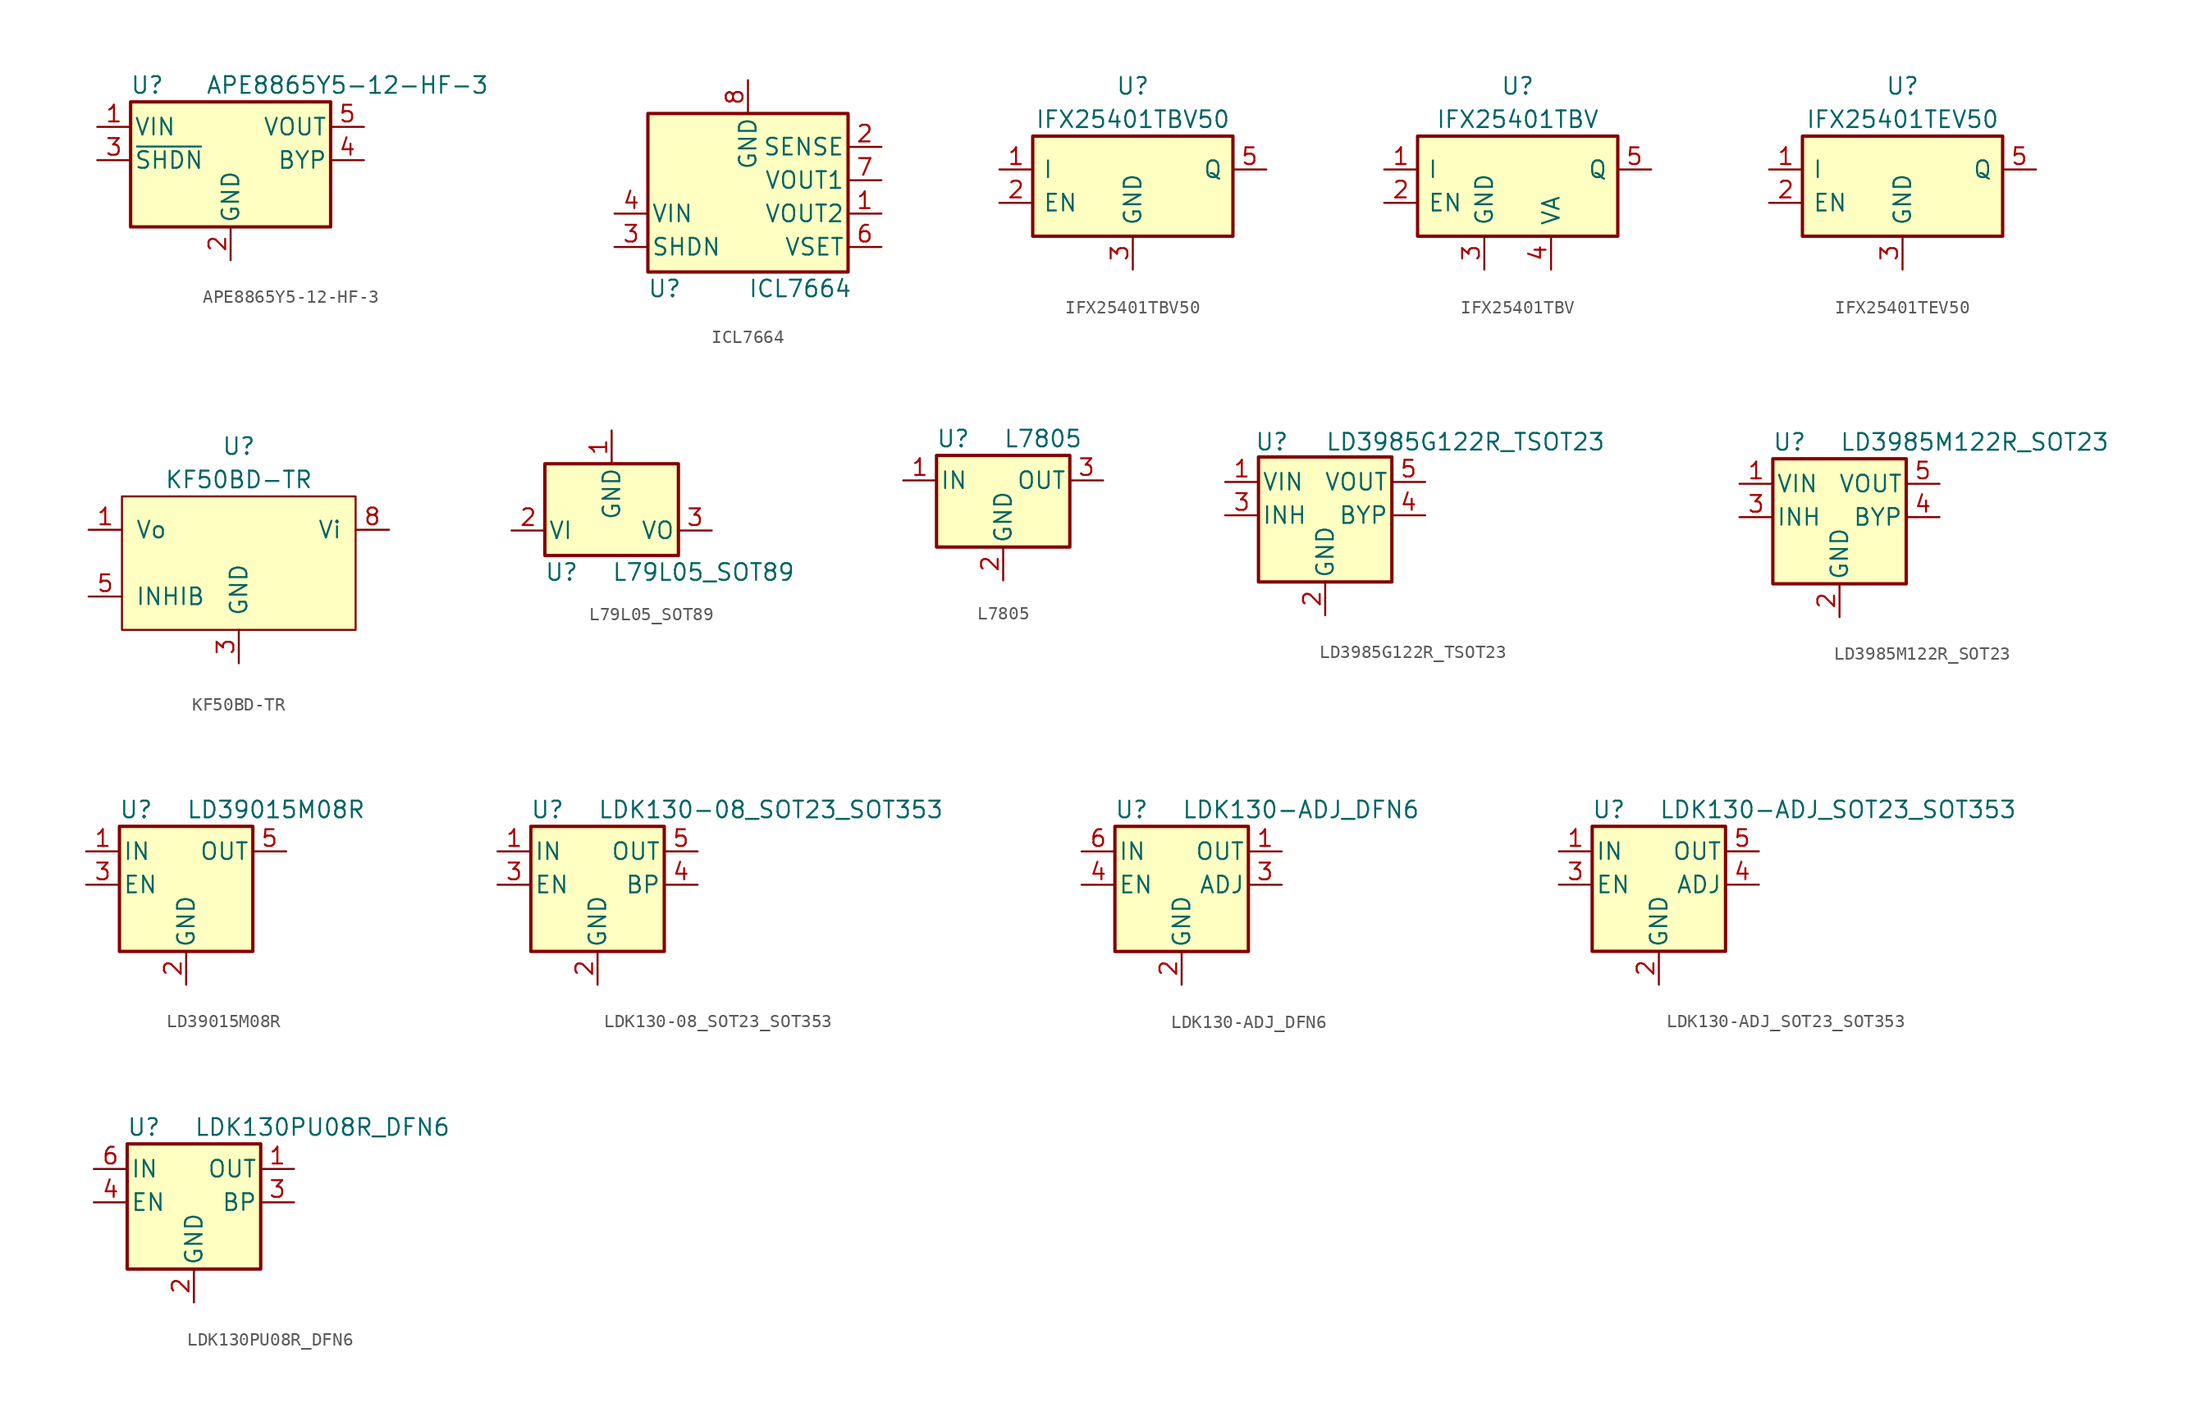
<source format=kicad_sym>
(kicad_symbol_lib
  (version 20201005)
  (generator kicad_symbol_editor)
  (symbol "APE8865Y5-12-HF-3"
    (pin_names
      (offset 0.254))
    (property "Reference" "U"
      (at -6.35 5.715 0)
      (effects (font (size 1.27 1.27))))
    (property "Value" "APE8865Y5-12-HF-3"
      (at -1.905 5.715 0)
      (effects (font (size 1.27 1.27)) (justify left)))
    (symbol "APE8865Y5-12-HF-3_0_1"
      (rectangle (start -7.62 4.445) (end 7.62 -5.08) (stroke (width 0.254)) (fill (type background))))
    (symbol "APE8865Y5-12-HF-3_1_1"
      (pin power_in line (at -10.16 2.54 0) (length 2.54) (name "VIN" (effects (font (size 1.27 1.27)))) (number "1" (effects (font (size 1.27 1.27)))))
      (pin power_in line (at 0 -7.62 90) (length 2.54) (name "GND" (effects (font (size 1.27 1.27)))) (number "2" (effects (font (size 1.27 1.27)))))
      (pin input line (at -10.16 0 0) (length 2.54) (name "~SHDN~" (effects (font (size 1.27 1.27)))) (number "3" (effects (font (size 1.27 1.27)))))
      (pin input line (at 10.16 0 180) (length 2.54) (name "BYP" (effects (font (size 1.27 1.27)))) (number "4" (effects (font (size 1.27 1.27)))))
      (pin power_out line (at 10.16 2.54 180) (length 2.54) (name "VOUT" (effects (font (size 1.27 1.27)))) (number "5" (effects (font (size 1.27 1.27)))))))
  (symbol "ICL7664"
    (pin_names
      (offset 0.254))
    (property "Reference" "U"
      (at -6.35 -8.255 0)
      (effects (font (size 1.27 1.27))))
    (property "Value" "ICL7664"
      (at 0 -8.255 0)
      (effects (font (size 1.27 1.27)) (justify left)))
    (symbol "ICL7664_0_1"
      (rectangle (start -7.62 -6.985) (end 7.62 5.08) (stroke (width 0.254)) (fill (type background))))
    (symbol "ICL7664_1_1"
      (pin power_out line (at 10.16 -2.54 180) (length 2.54) (name "VOUT2" (effects (font (size 1.27 1.27)))) (number "1" (effects (font (size 1.27 1.27)))))
      (pin input line (at 10.16 2.54 180) (length 2.54) (name "SENSE" (effects (font (size 1.27 1.27)))) (number "2" (effects (font (size 1.27 1.27)))))
      (pin input line (at -10.16 -5.08 0) (length 2.54) (name "SHDN" (effects (font (size 1.27 1.27)))) (number "3" (effects (font (size 1.27 1.27)))))
      (pin power_in line (at -10.16 -2.54 0) (length 2.54) (name "VIN" (effects (font (size 1.27 1.27)))) (number "4" (effects (font (size 1.27 1.27)))))
      (pin input line (at -10.16 -5.08 0) (length 2.54) hide (name "SHDN" (effects (font (size 1.27 1.27)))) (number "5" (effects (font (size 1.27 1.27)))))
      (pin input line (at 10.16 -5.08 180) (length 2.54) (name "VSET" (effects (font (size 1.27 1.27)))) (number "6" (effects (font (size 1.27 1.27)))))
      (pin power_out line (at 10.16 0 180) (length 2.54) (name "VOUT1" (effects (font (size 1.27 1.27)))) (number "7" (effects (font (size 1.27 1.27)))))
      (pin power_in line (at 0 7.62 270) (length 2.54) (name "GND" (effects (font (size 1.27 1.27)))) (number "8" (effects (font (size 1.27 1.27)))))))
  (symbol "IFX25401TBV50"
    (pin_names
      (offset 0.762))
    (property "Reference" "U"
      (at 0 6.35 0)
      (effects (font (size 1.27 1.27))))
    (property "Value" "IFX25401TBV50"
      (at 0 3.81 0)
      (effects (font (size 1.27 1.27))))
    (symbol "IFX25401TBV50_0_1"
      (rectangle (start -7.62 2.54) (end 7.62 -5.08) (stroke (width 0.254)) (fill (type background))))
    (symbol "IFX25401TBV50_1_1"
      (pin power_in line (at -10.16 0 0) (length 2.54) (name "I" (effects (font (size 1.27 1.27)))) (number "1" (effects (font (size 1.27 1.27)))))
      (pin input line (at -10.16 -2.54 0) (length 2.54) (name "EN" (effects (font (size 1.27 1.27)))) (number "2" (effects (font (size 1.27 1.27)))))
      (pin power_in line (at 0 -7.62 90) (length 2.54) (name "GND" (effects (font (size 1.27 1.27)))) (number "3" (effects (font (size 1.27 1.27)))))
      (pin no_connect line (at 10.16 -2.54 180) (length 2.54) hide (name "NC" (effects (font (size 1.27 1.27)))) (number "4" (effects (font (size 1.27 1.27)))))
      (pin power_out line (at 10.16 0 180) (length 2.54) (name "Q" (effects (font (size 1.27 1.27)))) (number "5" (effects (font (size 1.27 1.27)))))))
  (symbol "IFX25401TBV"
    (pin_names
      (offset 0.762))
    (property "Reference" "U"
      (at 0 6.35 0)
      (effects (font (size 1.27 1.27))))
    (property "Value" "IFX25401TBV"
      (at 0 3.81 0)
      (effects (font (size 1.27 1.27))))
    (symbol "IFX25401TBV_0_1"
      (rectangle (start -7.62 2.54) (end 7.62 -5.08) (stroke (width 0.254)) (fill (type background))))
    (symbol "IFX25401TBV_1_1"
      (pin power_in line (at -10.16 0 0) (length 2.54) (name "I" (effects (font (size 1.27 1.27)))) (number "1" (effects (font (size 1.27 1.27)))))
      (pin input line (at -10.16 -2.54 0) (length 2.54) (name "EN" (effects (font (size 1.27 1.27)))) (number "2" (effects (font (size 1.27 1.27)))))
      (pin power_in line (at -2.54 -7.62 90) (length 2.54) (name "GND" (effects (font (size 1.27 1.27)))) (number "3" (effects (font (size 1.27 1.27)))))
      (pin input line (at 2.54 -7.62 90) (length 2.54) (name "VA" (effects (font (size 1.27 1.27)))) (number "4" (effects (font (size 1.27 1.27)))))
      (pin power_out line (at 10.16 0 180) (length 2.54) (name "Q" (effects (font (size 1.27 1.27)))) (number "5" (effects (font (size 1.27 1.27)))))))
  (symbol "IFX25401TEV50"
    (pin_names
      (offset 0.762))
    (property "Reference" "U"
      (at 0 6.35 0)
      (effects (font (size 1.27 1.27))))
    (property "Value" "IFX25401TEV50"
      (at 0 3.81 0)
      (effects (font (size 1.27 1.27))))
    (symbol "IFX25401TEV50_0_1"
      (rectangle (start -7.62 2.54) (end 7.62 -5.08) (stroke (width 0.254)) (fill (type background))))
    (symbol "IFX25401TEV50_1_1"
      (pin power_in line (at -10.16 0 0) (length 2.54) (name "I" (effects (font (size 1.27 1.27)))) (number "1" (effects (font (size 1.27 1.27)))))
      (pin input line (at -10.16 -2.54 0) (length 2.54) (name "EN" (effects (font (size 1.27 1.27)))) (number "2" (effects (font (size 1.27 1.27)))))
      (pin power_in line (at 0 -7.62 90) (length 2.54) (name "GND" (effects (font (size 1.27 1.27)))) (number "3" (effects (font (size 1.27 1.27)))))
      (pin no_connect line (at 10.16 -2.54 180) (length 2.54) hide (name "NC" (effects (font (size 1.27 1.27)))) (number "4" (effects (font (size 1.27 1.27)))))
      (pin power_out line (at 10.16 0 180) (length 2.54) (name "Q" (effects (font (size 1.27 1.27)))) (number "5" (effects (font (size 1.27 1.27)))))))
  (symbol "KF50BD-TR"
    (pin_names
      (offset 1.016))
    (property "Reference" "U"
      (at 0 6.35 0)
      (effects (font (size 1.27 1.27))))
    (property "Value" "KF50BD-TR"
      (at 0 3.81 0)
      (effects (font (size 1.27 1.27))))
    (symbol "KF50BD-TR_0_1"
      (rectangle (start -8.89 2.54) (end 8.89 -7.62) (stroke (width 0)) (fill (type background))))
    (symbol "KF50BD-TR_1_1"
      (pin power_in line (at -11.43 0 0) (length 2.54) (name "Vo" (effects (font (size 1.27 1.27)))) (number "1" (effects (font (size 1.27 1.27)))))
      (pin power_in line (at 0 -10.16 90) (length 2.54) hide (name "GND" (effects (font (size 1.27 1.27)))) (number "2" (effects (font (size 1.27 1.27)))))
      (pin power_in line (at 0 -10.16 90) (length 2.54) (name "GND" (effects (font (size 1.27 1.27)))) (number "3" (effects (font (size 1.27 1.27)))))
      (pin no_connect line (at 0 -10.16 90) (length 2.54) hide (name "NC" (effects (font (size 1.27 1.27)))) (number "4" (effects (font (size 1.27 1.27)))))
      (pin power_in line (at -11.43 -5.08 0) (length 2.54) (name "INHIB" (effects (font (size 1.27 1.27)))) (number "5" (effects (font (size 1.27 1.27)))))
      (pin power_in line (at 0 -10.16 90) (length 2.54) hide (name "GND" (effects (font (size 1.27 1.27)))) (number "6" (effects (font (size 1.27 1.27)))))
      (pin power_in line (at 0 -10.16 90) (length 2.54) hide (name "GND" (effects (font (size 1.27 1.27)))) (number "7" (effects (font (size 1.27 1.27)))))
      (pin power_in line (at 11.43 0 180) (length 2.54) (name "Vi" (effects (font (size 1.27 1.27)))) (number "8" (effects (font (size 1.27 1.27)))))))
  (symbol "L79L05_SOT89"
    (pin_names
      (offset 0.254))
    (property "Reference" "U"
      (at -3.81 -3.175 0)
      (effects (font (size 1.27 1.27))))
    (property "Value" "L79L05_SOT89"
      (at 0 -3.175 0)
      (effects (font (size 1.27 1.27)) (justify left)))
    (symbol "L79L05_SOT89_0_1"
      (rectangle (start -5.08 5.08) (end 5.08 -1.905) (stroke (width 0.254)) (fill (type background))))
    (symbol "L79L05_SOT89_1_1"
      (pin power_in line (at 0 7.62 270) (length 2.54) (name "GND" (effects (font (size 1.27 1.27)))) (number "1" (effects (font (size 1.27 1.27)))))
      (pin power_in line (at -7.62 0 0) (length 2.54) (name "VI" (effects (font (size 1.27 1.27)))) (number "2" (effects (font (size 1.27 1.27)))))
      (pin power_out line (at 7.62 0 180) (length 2.54) (name "VO" (effects (font (size 1.27 1.27)))) (number "3" (effects (font (size 1.27 1.27)))))))
  (symbol "L7805"
    (pin_names
      (offset 0.254))
    (property "Reference" "U"
      (at -3.81 3.175 0)
      (effects (font (size 1.27 1.27))))
    (property "Value" "L7805"
      (at 0 3.175 0)
      (effects (font (size 1.27 1.27)) (justify left)))
    (symbol "L7805_0_1"
      (rectangle (start -5.08 1.905) (end 5.08 -5.08) (stroke (width 0.254)) (fill (type background))))
    (symbol "L7805_1_1"
      (pin power_in line (at -7.62 0 0) (length 2.54) (name "IN" (effects (font (size 1.27 1.27)))) (number "1" (effects (font (size 1.27 1.27)))))
      (pin power_in line (at 0 -7.62 90) (length 2.54) (name "GND" (effects (font (size 1.27 1.27)))) (number "2" (effects (font (size 1.27 1.27)))))
      (pin power_out line (at 7.62 0 180) (length 2.54) (name "OUT" (effects (font (size 1.27 1.27)))) (number "3" (effects (font (size 1.27 1.27)))))))
  (symbol "LD3985G122R_TSOT23"
    (pin_names
      (offset 0.254))
    (property "Reference" "U"
      (at -4.064 5.588 0)
      (effects (font (size 1.27 1.27))))
    (property "Value" "LD3985G122R_TSOT23"
      (at 0 5.588 0)
      (effects (font (size 1.27 1.27)) (justify left)))
    (symbol "LD3985G122R_TSOT23_0_1"
      (rectangle (start -5.08 4.445) (end 5.08 -5.08) (stroke (width 0.254)) (fill (type background))))
    (symbol "LD3985G122R_TSOT23_1_1"
      (pin power_in line (at -7.62 2.54 0) (length 2.54) (name "VIN" (effects (font (size 1.27 1.27)))) (number "1" (effects (font (size 1.27 1.27)))))
      (pin power_in line (at 0 -7.62 90) (length 2.54) (name "GND" (effects (font (size 1.27 1.27)))) (number "2" (effects (font (size 1.27 1.27)))))
      (pin input line (at -7.62 0 0) (length 2.54) (name "INH" (effects (font (size 1.27 1.27)))) (number "3" (effects (font (size 1.27 1.27)))))
      (pin input line (at 7.62 0 180) (length 2.54) (name "BYP" (effects (font (size 1.27 1.27)))) (number "4" (effects (font (size 1.27 1.27)))))
      (pin power_out line (at 7.62 2.54 180) (length 2.54) (name "VOUT" (effects (font (size 1.27 1.27)))) (number "5" (effects (font (size 1.27 1.27)))))))
  (symbol "LD3985M122R_SOT23"
    (pin_names
      (offset 0.254))
    (property "Reference" "U"
      (at -3.81 5.715 0)
      (effects (font (size 1.27 1.27))))
    (property "Value" "LD3985M122R_SOT23"
      (at 0 5.715 0)
      (effects (font (size 1.27 1.27)) (justify left)))
    (symbol "LD3985M122R_SOT23_0_1"
      (rectangle (start -5.08 4.445) (end 5.08 -5.08) (stroke (width 0.254)) (fill (type background))))
    (symbol "LD3985M122R_SOT23_1_1"
      (pin power_in line (at -7.62 2.54 0) (length 2.54) (name "VIN" (effects (font (size 1.27 1.27)))) (number "1" (effects (font (size 1.27 1.27)))))
      (pin power_in line (at 0 -7.62 90) (length 2.54) (name "GND" (effects (font (size 1.27 1.27)))) (number "2" (effects (font (size 1.27 1.27)))))
      (pin input line (at -7.62 0 0) (length 2.54) (name "INH" (effects (font (size 1.27 1.27)))) (number "3" (effects (font (size 1.27 1.27)))))
      (pin input line (at 7.62 0 180) (length 2.54) (name "BYP" (effects (font (size 1.27 1.27)))) (number "4" (effects (font (size 1.27 1.27)))))
      (pin power_out line (at 7.62 2.54 180) (length 2.54) (name "VOUT" (effects (font (size 1.27 1.27)))) (number "5" (effects (font (size 1.27 1.27)))))))
  (symbol "LD39015M08R"
    (pin_names
      (offset 0.254))
    (property "Reference" "U"
      (at -3.81 5.715 0)
      (effects (font (size 1.27 1.27))))
    (property "Value" "LD39015M08R"
      (at 0 5.715 0)
      (effects (font (size 1.27 1.27)) (justify left)))
    (symbol "LD39015M08R_0_1"
      (rectangle (start -5.08 4.445) (end 5.08 -5.08) (stroke (width 0.254)) (fill (type background))))
    (symbol "LD39015M08R_1_1"
      (pin power_in line (at -7.62 2.54 0) (length 2.54) (name "IN" (effects (font (size 1.27 1.27)))) (number "1" (effects (font (size 1.27 1.27)))))
      (pin power_in line (at 0 -7.62 90) (length 2.54) (name "GND" (effects (font (size 1.27 1.27)))) (number "2" (effects (font (size 1.27 1.27)))))
      (pin input line (at -7.62 0 0) (length 2.54) (name "EN" (effects (font (size 1.27 1.27)))) (number "3" (effects (font (size 1.27 1.27)))))
      (pin no_connect line (at 5.08 0 180) (length 2.54) hide (name "NC" (effects (font (size 1.27 1.27)))) (number "4" (effects (font (size 1.27 1.27)))))
      (pin power_out line (at 7.62 2.54 180) (length 2.54) (name "OUT" (effects (font (size 1.27 1.27)))) (number "5" (effects (font (size 1.27 1.27)))))))
  (symbol "LDK130-08_SOT23_SOT353"
    (pin_names
      (offset 0.254))
    (property "Reference" "U"
      (at -3.81 5.715 0)
      (effects (font (size 1.27 1.27))))
    (property "Value" "LDK130-08_SOT23_SOT353"
      (at 0 5.715 0)
      (effects (font (size 1.27 1.27)) (justify left)))
    (symbol "LDK130-08_SOT23_SOT353_0_1"
      (rectangle (start -5.08 4.445) (end 5.08 -5.08) (stroke (width 0.254)) (fill (type background))))
    (symbol "LDK130-08_SOT23_SOT353_1_1"
      (pin power_in line (at -7.62 2.54 0) (length 2.54) (name "IN" (effects (font (size 1.27 1.27)))) (number "1" (effects (font (size 1.27 1.27)))))
      (pin power_in line (at 0 -7.62 90) (length 2.54) (name "GND" (effects (font (size 1.27 1.27)))) (number "2" (effects (font (size 1.27 1.27)))))
      (pin input line (at -7.62 0 0) (length 2.54) (name "EN" (effects (font (size 1.27 1.27)))) (number "3" (effects (font (size 1.27 1.27)))))
      (pin passive line (at 7.62 0 180) (length 2.54) (name "BP" (effects (font (size 1.27 1.27)))) (number "4" (effects (font (size 1.27 1.27)))))
      (pin power_out line (at 7.62 2.54 180) (length 2.54) (name "OUT" (effects (font (size 1.27 1.27)))) (number "5" (effects (font (size 1.27 1.27)))))))
  (symbol "LDK130-ADJ_DFN6"
    (pin_names
      (offset 0.254))
    (property "Reference" "U"
      (at -3.81 5.715 0)
      (effects (font (size 1.27 1.27))))
    (property "Value" "LDK130-ADJ_DFN6"
      (at 0 5.715 0)
      (effects (font (size 1.27 1.27)) (justify left)))
    (symbol "LDK130-ADJ_DFN6_0_1"
      (rectangle (start -5.08 4.445) (end 5.08 -5.08) (stroke (width 0.254)) (fill (type background))))
    (symbol "LDK130-ADJ_DFN6_1_1"
      (pin power_out line (at 7.62 2.54 180) (length 2.54) (name "OUT" (effects (font (size 1.27 1.27)))) (number "1" (effects (font (size 1.27 1.27)))))
      (pin power_in line (at 0 -7.62 90) (length 2.54) (name "GND" (effects (font (size 1.27 1.27)))) (number "2" (effects (font (size 1.27 1.27)))))
      (pin input line (at 7.62 0 180) (length 2.54) (name "ADJ" (effects (font (size 1.27 1.27)))) (number "3" (effects (font (size 1.27 1.27)))))
      (pin input line (at -7.62 0 0) (length 2.54) (name "EN" (effects (font (size 1.27 1.27)))) (number "4" (effects (font (size 1.27 1.27)))))
      (pin no_connect line (at -7.62 -2.54 0) (length 2.54) hide (name "NC" (effects (font (size 1.27 1.27)))) (number "5" (effects (font (size 1.27 1.27)))))
      (pin power_in line (at -7.62 2.54 0) (length 2.54) (name "IN" (effects (font (size 1.27 1.27)))) (number "6" (effects (font (size 1.27 1.27)))))))
  (symbol "LDK130-ADJ_SOT23_SOT353"
    (pin_names
      (offset 0.254))
    (property "Reference" "U"
      (at -3.81 5.715 0)
      (effects (font (size 1.27 1.27))))
    (property "Value" "LDK130-ADJ_SOT23_SOT353"
      (at 0 5.715 0)
      (effects (font (size 1.27 1.27)) (justify left)))
    (symbol "LDK130-ADJ_SOT23_SOT353_0_1"
      (rectangle (start -5.08 4.445) (end 5.08 -5.08) (stroke (width 0.254)) (fill (type background))))
    (symbol "LDK130-ADJ_SOT23_SOT353_1_1"
      (pin power_in line (at -7.62 2.54 0) (length 2.54) (name "IN" (effects (font (size 1.27 1.27)))) (number "1" (effects (font (size 1.27 1.27)))))
      (pin power_in line (at 0 -7.62 90) (length 2.54) (name "GND" (effects (font (size 1.27 1.27)))) (number "2" (effects (font (size 1.27 1.27)))))
      (pin input line (at -7.62 0 0) (length 2.54) (name "EN" (effects (font (size 1.27 1.27)))) (number "3" (effects (font (size 1.27 1.27)))))
      (pin input line (at 7.62 0 180) (length 2.54) (name "ADJ" (effects (font (size 1.27 1.27)))) (number "4" (effects (font (size 1.27 1.27)))))
      (pin power_out line (at 7.62 2.54 180) (length 2.54) (name "OUT" (effects (font (size 1.27 1.27)))) (number "5" (effects (font (size 1.27 1.27)))))))
  (symbol "LDK130PU08R_DFN6"
    (pin_names
      (offset 0.254))
    (property "Reference" "U"
      (at -3.81 5.715 0)
      (effects (font (size 1.27 1.27))))
    (property "Value" "LDK130PU08R_DFN6"
      (at 0 5.715 0)
      (effects (font (size 1.27 1.27)) (justify left)))
    (symbol "LDK130PU08R_DFN6_0_1"
      (rectangle (start -5.08 4.445) (end 5.08 -5.08) (stroke (width 0.254)) (fill (type background))))
    (symbol "LDK130PU08R_DFN6_1_1"
      (pin power_out line (at 7.62 2.54 180) (length 2.54) (name "OUT" (effects (font (size 1.27 1.27)))) (number "1" (effects (font (size 1.27 1.27)))))
      (pin power_in line (at 0 -7.62 90) (length 2.54) (name "GND" (effects (font (size 1.27 1.27)))) (number "2" (effects (font (size 1.27 1.27)))))
      (pin passive line (at 7.62 0 180) (length 2.54) (name "BP" (effects (font (size 1.27 1.27)))) (number "3" (effects (font (size 1.27 1.27)))))
      (pin input line (at -7.62 0 0) (length 2.54) (name "EN" (effects (font (size 1.27 1.27)))) (number "4" (effects (font (size 1.27 1.27)))))
      (pin no_connect line (at -7.62 -2.54 0) (length 2.54) hide (name "NC" (effects (font (size 1.27 1.27)))) (number "5" (effects (font (size 1.27 1.27)))))
      (pin power_in line (at -7.62 2.54 0) (length 2.54) (name "IN" (effects (font (size 1.27 1.27)))) (number "6" (effects (font (size 1.27 1.27))))))))
</source>
